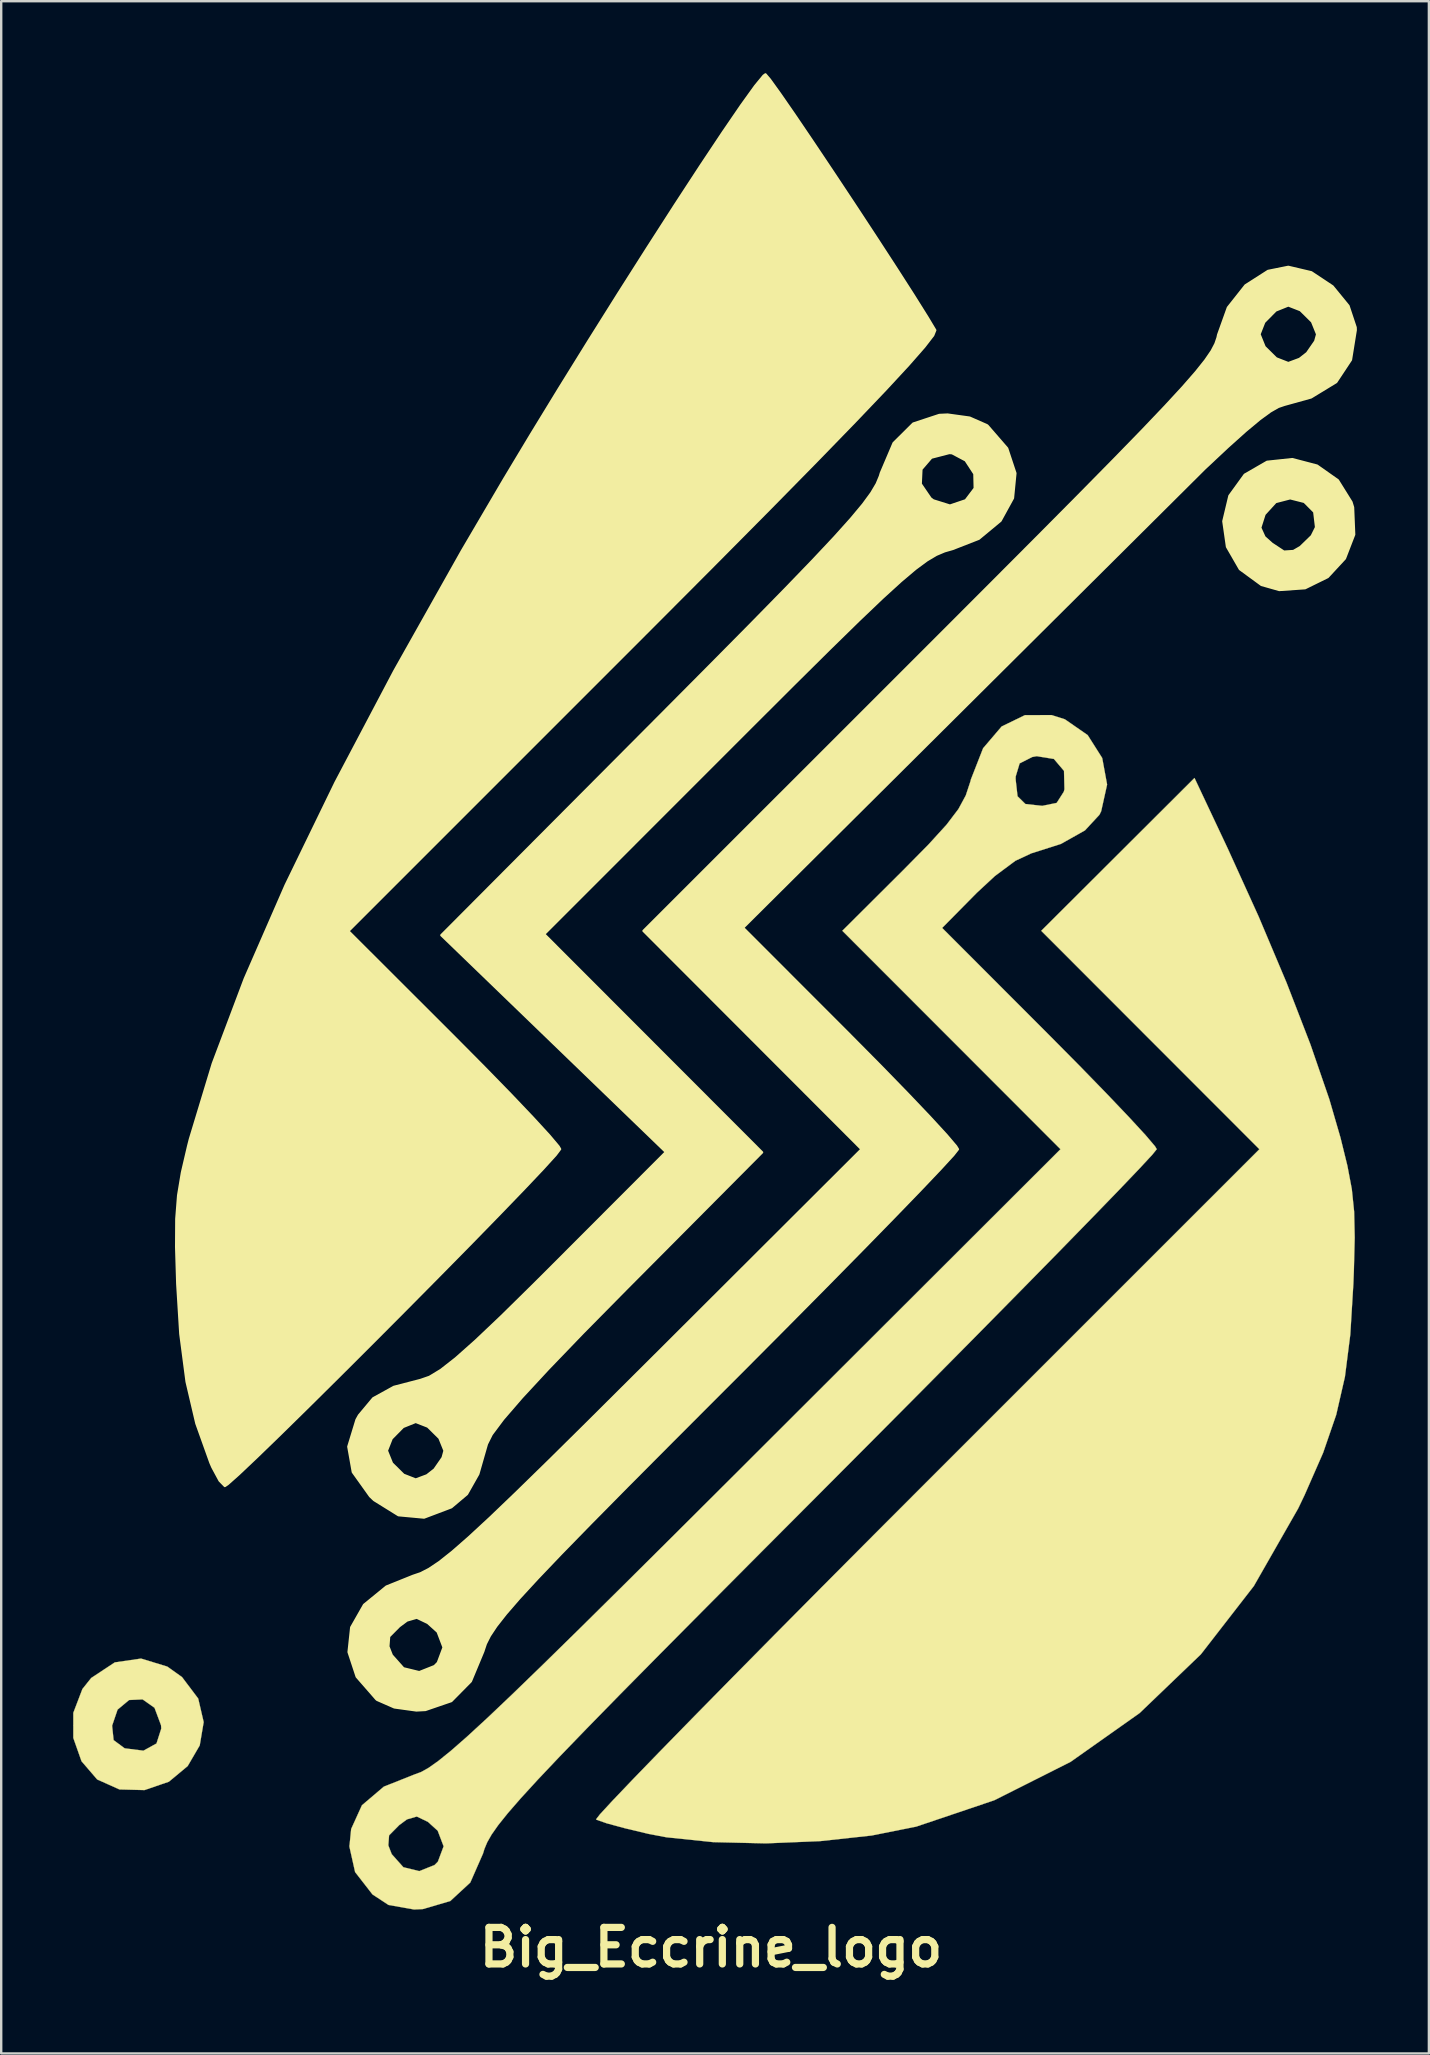
<source format=kicad_pcb>
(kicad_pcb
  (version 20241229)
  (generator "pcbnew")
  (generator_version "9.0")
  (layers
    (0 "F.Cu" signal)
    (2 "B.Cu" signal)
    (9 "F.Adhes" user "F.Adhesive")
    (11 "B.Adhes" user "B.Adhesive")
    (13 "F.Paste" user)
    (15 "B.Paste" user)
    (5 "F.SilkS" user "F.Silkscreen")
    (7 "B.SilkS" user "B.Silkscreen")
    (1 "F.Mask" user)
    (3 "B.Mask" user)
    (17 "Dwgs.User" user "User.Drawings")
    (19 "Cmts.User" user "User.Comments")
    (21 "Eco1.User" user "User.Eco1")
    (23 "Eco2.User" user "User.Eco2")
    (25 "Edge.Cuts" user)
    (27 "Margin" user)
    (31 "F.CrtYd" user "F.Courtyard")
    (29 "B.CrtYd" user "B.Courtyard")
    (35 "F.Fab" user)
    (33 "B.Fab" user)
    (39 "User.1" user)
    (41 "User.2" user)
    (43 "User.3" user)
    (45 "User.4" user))
  (footprint "Big_Eccrine_logo"
    (layer "F.Cu")
    (at 26.705 38.284)
    (property "Reference" "Big_Eccrine_logo" (at -0.127 39.815 0) (layer "F.SilkS") (effects (font (size 1.524 1.524) (thickness 0.3))))
    (attr through_hole)
    (fp_poly (pts (xy -21.268 30.426) (xy -21.432 31.397) (xy -21.934 32.258) (xy -22.719 32.911) (xy -23.035 33.019) (xy -23.035 30.696) (xy -23.045 30.556) (xy -23.317 29.829) (xy -23.813 29.48) (xy -24.377 29.506) (xy -24.856 29.907) (xy -25.084 30.576) (xy -25.021 31.177) (xy -24.571 31.511) (xy -24.549 31.52) (xy -23.778 31.617) (xy -23.234 31.317) (xy -23.035 30.696) (xy -23.035 33.019) (xy -23.733 33.259) (xy -24.778 33.232) (xy -25.706 32.816) (xy -26.358 32.057) (xy -26.7 31.087) (xy -26.7 30.039) (xy -26.321 29.047) (xy -25.955 28.588) (xy -24.971 27.938) (xy -23.878 27.779) (xy -22.784 28.113) (xy -22.171 28.549) (xy -21.496 29.444) (xy -21.268 30.426)) (stroke (width 0.01) (type solid)) (fill yes) (layer "F.SilkS"))
    (fp_poly (pts (xy 26.672 -19.058) (xy 26.287 -18.063) (xy 25.572 -17.29) (xy 25.088 -17.052) (xy 25.088 -19.362) (xy 25.012 -20.006) (xy 24.598 -20.422) (xy 24.006 -20.572) (xy 23.401 -20.415) (xy 22.942 -19.912) (xy 22.931 -19.888) (xy 22.758 -19.343) (xy 22.934 -18.953) (xy 23.242 -18.677) (xy 23.745 -18.345) (xy 24.144 -18.371) (xy 24.436 -18.54) (xy 24.908 -18.999) (xy 25.088 -19.362) (xy 25.088 -17.052) (xy 24.627 -16.825) (xy 23.552 -16.751) (xy 22.81 -16.962) (xy 21.912 -17.619) (xy 21.376 -18.549) (xy 21.224 -19.613) (xy 21.477 -20.673) (xy 22.114 -21.552) (xy 23.045 -22.089) (xy 24.095 -22.201) (xy 25.125 -21.931) (xy 25.993 -21.32) (xy 26.559 -20.412) (xy 26.626 -20.191) (xy 26.672 -19.058)) (stroke (width 0.1) (type solid)) (fill yes) (layer "F.SilkS"))
    (fp_poly (pts (xy 26.696 10.237) (xy 26.661 11.627) (xy 26.64 12.165) (xy 26.512 14.279) (xy 26.288 16.039) (xy 25.925 17.621) (xy 25.38 19.203) (xy 24.608 20.963) (xy 24.34 21.523) (xy 22.494 24.754) (xy 20.285 27.602) (xy 17.733 30.05) (xy 14.856 32.083) (xy 11.675 33.684) (xy 8.422 34.782) (xy 6.568 35.152) (xy 4.42 35.386) (xy 2.157 35.48) (xy -0.037 35.428) (xy -1.983 35.226) (xy -2.723 35.086) (xy -3.708 34.851) (xy -4.475 34.643) (xy -4.888 34.499) (xy -4.918 34.479) (xy -4.757 34.271) (xy -4.246 33.716) (xy -3.414 32.843) (xy -2.291 31.683) (xy -0.906 30.265) (xy 0.712 28.619) (xy 2.533 26.774) (xy 4.529 24.761) (xy 6.67 22.61) (xy 8.833 20.444) (xy 22.724 6.554) (xy 18.179 2.004) (xy 13.634 -2.547) (xy 16.827 -5.731) (xy 20.02 -8.916) (xy 21.396 -5.995) (xy 22.692 -3.143) (xy 23.857 -0.383) (xy 24.851 2.188) (xy 25.639 4.476) (xy 26.103 6.072) (xy 26.391 7.243) (xy 26.575 8.215) (xy 26.672 9.156) (xy 26.696 10.237)) (stroke (width 0.01) (type solid)) (fill yes) (layer "F.SilkS"))
    (fp_poly (pts (xy 9.216 -27.575) (xy 9.131 -27.362) (xy 8.765 -26.887) (xy 8.108 -26.137) (xy 7.145 -25.096) (xy 5.863 -23.752) (xy 4.251 -22.092) (xy 2.294 -20.101) (xy -0.021 -17.767) (xy -2.705 -15.075) (xy -2.907 -14.873) (xy -15.242 -2.536) (xy -10.829 1.871) (xy -9.579 3.131) (xy -8.465 4.274) (xy -7.543 5.244) (xy -6.864 5.984) (xy -6.482 6.438) (xy -6.417 6.549) (xy -6.599 6.791) (xy -7.111 7.355) (xy -7.902 8.191) (xy -8.919 9.246) (xy -10.112 10.47) (xy -11.43 11.809) (xy -12.82 13.213) (xy -14.231 14.63) (xy -15.612 16.008) (xy -16.912 17.296) (xy -18.078 18.441) (xy -19.06 19.392) (xy -19.806 20.098) (xy -20.265 20.506) (xy -20.385 20.587) (xy -20.602 20.365) (xy -20.9 19.813) (xy -20.985 19.618) (xy -21.57 17.983) (xy -21.978 16.243) (xy -22.239 14.25) (xy -22.367 12.165) (xy -22.413 10.629) (xy -22.406 9.456) (xy -22.33 8.477) (xy -22.171 7.523) (xy -21.914 6.424) (xy -21.841 6.137) (xy -20.886 2.984) (xy -19.555 -0.547) (xy -17.85 -4.453) (xy -15.772 -8.73) (xy -13.321 -13.377) (xy -10.499 -18.392) (xy -8.739 -21.389) (xy -7.632 -23.23) (xy -6.449 -25.165) (xy -5.222 -27.143) (xy -3.987 -29.11) (xy -2.776 -31.014) (xy -1.625 -32.803) (xy -0.566 -34.424) (xy 0.367 -35.825) (xy 1.138 -36.952) (xy 1.716 -37.755) (xy 2.065 -38.179) (xy 2.142 -38.234) (xy 2.324 -38.021) (xy 2.747 -37.434) (xy 3.362 -36.545) (xy 4.118 -35.429) (xy 4.968 -34.159) (xy 5.862 -32.811) (xy 6.751 -31.457) (xy 7.586 -30.173) (xy 8.318 -29.032) (xy 8.897 -28.107) (xy 9.216 -27.575)) (stroke (width 0.1) (type solid)) (fill yes) (layer "F.SilkS"))
    (fp_poly (pts (xy 12.555 -21.615) (xy 12.454 -20.578) (xy 11.937 -19.636) (xy 11.031 -18.885) (xy 10.864 -18.82) (xy 10.864 -20.985) (xy 10.85 -21.591) (xy 10.484 -22.151) (xy 9.921 -22.45) (xy 9.803 -22.459) (xy 9.054 -22.265) (xy 8.639 -21.783) (xy 8.61 -21.167) (xy 9.018 -20.568) (xy 9.132 -20.482) (xy 9.83 -20.264) (xy 10.487 -20.486) (xy 10.864 -20.985) (xy 10.864 -18.82) (xy 9.942 -18.46) (xy 9.604 -18.363) (xy 9.258 -18.216) (xy 8.866 -17.982) (xy 8.387 -17.628) (xy 7.783 -17.117) (xy 7.012 -16.414) (xy 6.037 -15.484) (xy 4.818 -14.292) (xy 3.314 -12.802) (xy 1.488 -10.98) (xy 0.788 -10.28) (xy -7.081 -2.408) (xy -2.54 2.139) (xy 2 6.685) (xy -3.648 12.366) (xy -5.464 14.207) (xy -6.91 15.71) (xy -8.011 16.899) (xy -8.789 17.8) (xy -9.267 18.439) (xy -9.468 18.84) (xy -9.47 18.849) (xy -9.826 20.09) (xy -10.298 20.924) (xy -10.948 21.472) (xy -11.229 21.579) (xy -11.229 19.117) (xy -11.442 18.59) (xy -11.926 18.112) (xy -12.433 17.914) (xy -12.959 18.126) (xy -13.437 18.611) (xy -13.636 19.117) (xy -13.423 19.644) (xy -12.939 20.122) (xy -12.433 20.32) (xy -11.963 20.145) (xy -11.65 19.9) (xy -11.309 19.408) (xy -11.229 19.117) (xy -11.229 21.579) (xy -12.084 21.902) (xy -13.151 21.803) (xy -14.165 21.173) (xy -14.331 21.015) (xy -15.051 20.007) (xy -15.239 18.949) (xy -14.897 17.827) (xy -14.795 17.644) (xy -14.202 16.934) (xy -13.341 16.459) (xy -12.231 16.171) (xy -11.859 16.042) (xy -11.385 15.755) (xy -10.762 15.267) (xy -9.941 14.538) (xy -8.874 13.526) (xy -7.514 12.188) (xy -6.66 11.335) (xy -2.005 6.672) (xy -6.684 2.154) (xy -11.363 -2.364) (xy -2.358 -11.409) (xy -0.252 -13.528) (xy 1.507 -15.306) (xy 2.95 -16.779) (xy 4.109 -17.981) (xy 5.017 -18.948) (xy 5.706 -19.716) (xy 6.208 -20.318) (xy 6.555 -20.792) (xy 6.78 -21.172) (xy 6.914 -21.493) (xy 6.951 -21.62) (xy 7.483 -22.871) (xy 8.301 -23.683) (xy 9.386 -24.041) (xy 9.731 -24.057) (xy 10.649 -23.93) (xy 11.364 -23.616) (xy 11.399 -23.589) (xy 12.212 -22.651) (xy 12.555 -21.615)) (stroke (width 0.1) (type solid)) (fill yes) (layer "F.SilkS"))
    (fp_poly (pts (xy 18.448 6.552) (xy 18.264 6.78) (xy 17.731 7.355) (xy 16.879 8.248) (xy 15.737 9.427) (xy 14.335 10.864) (xy 12.702 12.527) (xy 10.869 14.387) (xy 8.864 16.413) (xy 6.717 18.574) (xy 4.58 20.72) (xy 1.948 23.36) (xy -0.331 25.651) (xy -2.284 27.62) (xy -3.937 29.294) (xy -5.314 30.702) (xy -6.443 31.871) (xy -7.35 32.83) (xy -8.059 33.605) (xy -8.598 34.225) (xy -8.993 34.718) (xy -9.269 35.111) (xy -9.452 35.432) (xy -9.568 35.709) (xy -9.627 35.902) (xy -10.158 37.112) (xy -10.993 37.883) (xy -11.269 37.964) (xy -11.269 35.602) (xy -11.516 34.953) (xy -11.926 34.582) (xy -12.387 34.361) (xy -12.797 34.48) (xy -13.12 34.719) (xy -13.542 35.146) (xy -13.574 35.564) (xy -13.431 35.93) (xy -12.946 36.474) (xy -12.284 36.636) (xy -11.647 36.382) (xy -11.508 36.241) (xy -11.269 35.602) (xy -11.269 37.964) (xy -12.137 38.218) (xy -12.502 38.234) (xy -13.565 38.046) (xy -14.234 37.607) (xy -14.958 36.675) (xy -15.195 35.615) (xy -15.122 34.88) (xy -14.673 33.891) (xy -13.761 33.116) (xy -12.465 32.601) (xy -12.208 32.507) (xy -11.891 32.329) (xy -11.484 32.04) (xy -10.96 31.616) (xy -10.29 31.029) (xy -9.447 30.253) (xy -8.403 29.261) (xy -7.13 28.028) (xy -5.6 26.528) (xy -3.785 24.733) (xy -1.657 22.618) (xy 0.812 20.157) (xy 1.536 19.434) (xy 14.436 6.554) (xy 9.891 2.003) (xy 5.345 -2.548) (xy 7.87 -5.063) (xy 8.943 -6.151) (xy 9.69 -6.972) (xy 10.182 -7.62) (xy 10.489 -8.188) (xy 10.682 -8.771) (xy 10.703 -8.856) (xy 11.211 -10.155) (xy 11.984 -11.062) (xy 12.957 -11.535) (xy 14.067 -11.536) (xy 14.618 -11.361) (xy 15.569 -10.702) (xy 16.174 -9.748) (xy 16.378 -8.642) (xy 16.131 -7.529) (xy 16.058 -7.382) (xy 15.456 -6.732) (xy 14.601 -6.25) (xy 14.601 -8.445) (xy 14.582 -9.212) (xy 14.162 -9.707) (xy 13.445 -9.824) (xy 13.257 -9.789) (xy 12.733 -9.523) (xy 12.569 -8.978) (xy 12.566 -8.863) (xy 12.646 -8.154) (xy 12.975 -7.83) (xy 13.675 -7.754) (xy 14.277 -7.877) (xy 14.572 -8.339) (xy 14.601 -8.445) (xy 14.601 -6.25) (xy 14.455 -6.168) (xy 13.214 -5.773) (xy 12.556 -5.465) (xy 11.704 -4.831) (xy 10.948 -4.13) (xy 9.504 -2.667) (xy 13.976 1.811) (xy 15.235 3.082) (xy 16.356 4.235) (xy 17.288 5.214) (xy 17.979 5.965) (xy 18.374 6.43) (xy 18.448 6.552)) (stroke (width 0.01) (type solid)) (fill yes) (layer "F.SilkS"))
    (fp_poly (pts (xy 26.737 -27.578) (xy 26.538 -26.34) (xy 25.925 -25.414) (xy 25.133 -24.931) (xy 25.133 -27.405) (xy 24.92 -27.932) (xy 24.436 -28.41) (xy 23.929 -28.608) (xy 23.403 -28.396) (xy 22.925 -27.912) (xy 22.726 -27.405) (xy 22.939 -26.878) (xy 23.423 -26.4) (xy 23.929 -26.202) (xy 24.399 -26.377) (xy 24.712 -26.622) (xy 25.053 -27.115) (xy 25.133 -27.405) (xy 25.133 -24.931) (xy 24.877 -24.775) (xy 23.764 -24.466) (xy 23.511 -24.38) (xy 23.178 -24.189) (xy 22.734 -23.864) (xy 22.15 -23.377) (xy 21.395 -22.7) (xy 20.44 -21.805) (xy 1.207 -2.675) (xy 5.684 1.807) (xy 6.943 3.078) (xy 8.065 4.232) (xy 8.998 5.213) (xy 9.689 5.965) (xy 10.085 6.431) (xy 10.16 6.555) (xy 9.976 6.79) (xy 9.449 7.365) (xy 8.613 8.245) (xy 7.503 9.393) (xy 6.157 10.771) (xy 4.608 12.345) (xy 2.892 14.077) (xy 1.046 15.932) (xy 0.421 16.556) (xy -1.77 18.75) (xy -3.613 20.602) (xy -5.137 22.146) (xy -6.375 23.415) (xy -7.356 24.444) (xy -8.113 25.266) (xy -8.675 25.915) (xy -9.075 26.425) (xy -9.344 26.829) (xy -9.512 27.162) (xy -9.611 27.458) (xy -9.614 27.472) (xy -10.136 28.725) (xy -10.949 29.549) (xy -11.269 29.658) (xy -11.269 27.313) (xy -11.516 26.664) (xy -11.926 26.294) (xy -12.387 26.073) (xy -12.797 26.191) (xy -13.12 26.431) (xy -13.542 26.857) (xy -13.574 27.276) (xy -13.431 27.641) (xy -12.946 28.186) (xy -12.284 28.347) (xy -11.647 28.094) (xy -11.508 27.953) (xy -11.269 27.313) (xy -11.269 29.658) (xy -12.029 29.919) (xy -12.405 29.939) (xy -13.323 29.812) (xy -14.038 29.498) (xy -14.072 29.471) (xy -14.889 28.535) (xy -15.228 27.508) (xy -15.118 26.48) (xy -14.584 25.541) (xy -13.653 24.78) (xy -12.542 24.333) (xy -12.229 24.227) (xy -11.878 24.047) (xy -11.45 23.76) (xy -10.91 23.332) (xy -10.223 22.731) (xy -9.351 21.925) (xy -8.259 20.879) (xy -6.911 19.563) (xy -5.271 17.942) (xy -3.303 15.983) (xy -2.607 15.29) (xy 6.148 6.555) (xy 1.604 2.005) (xy -2.939 -2.544) (xy 8.943 -14.424) (xy 11.372 -16.855) (xy 13.45 -18.939) (xy 15.203 -20.706) (xy 16.66 -22.186) (xy 17.849 -23.408) (xy 18.797 -24.404) (xy 19.532 -25.201) (xy 20.082 -25.831) (xy 20.474 -26.323) (xy 20.737 -26.707) (xy 20.897 -27.013) (xy 20.984 -27.27) (xy 21.007 -27.383) (xy 21.413 -28.516) (xy 22.145 -29.442) (xy 23.085 -30.043) (xy 23.929 -30.213) (xy 24.888 -29.987) (xy 25.772 -29.4) (xy 26.435 -28.589) (xy 26.733 -27.691) (xy 26.737 -27.578)) (stroke (width 0.1) (type solid)) (fill yes) (layer "F.SilkS")))
  (gr_rect
    (start -3 -3)
    (end 56.492 82.517)
    (stroke (width 0.1) (type default))
    (fill no)
    (layer "Edge.Cuts")))
</source>
